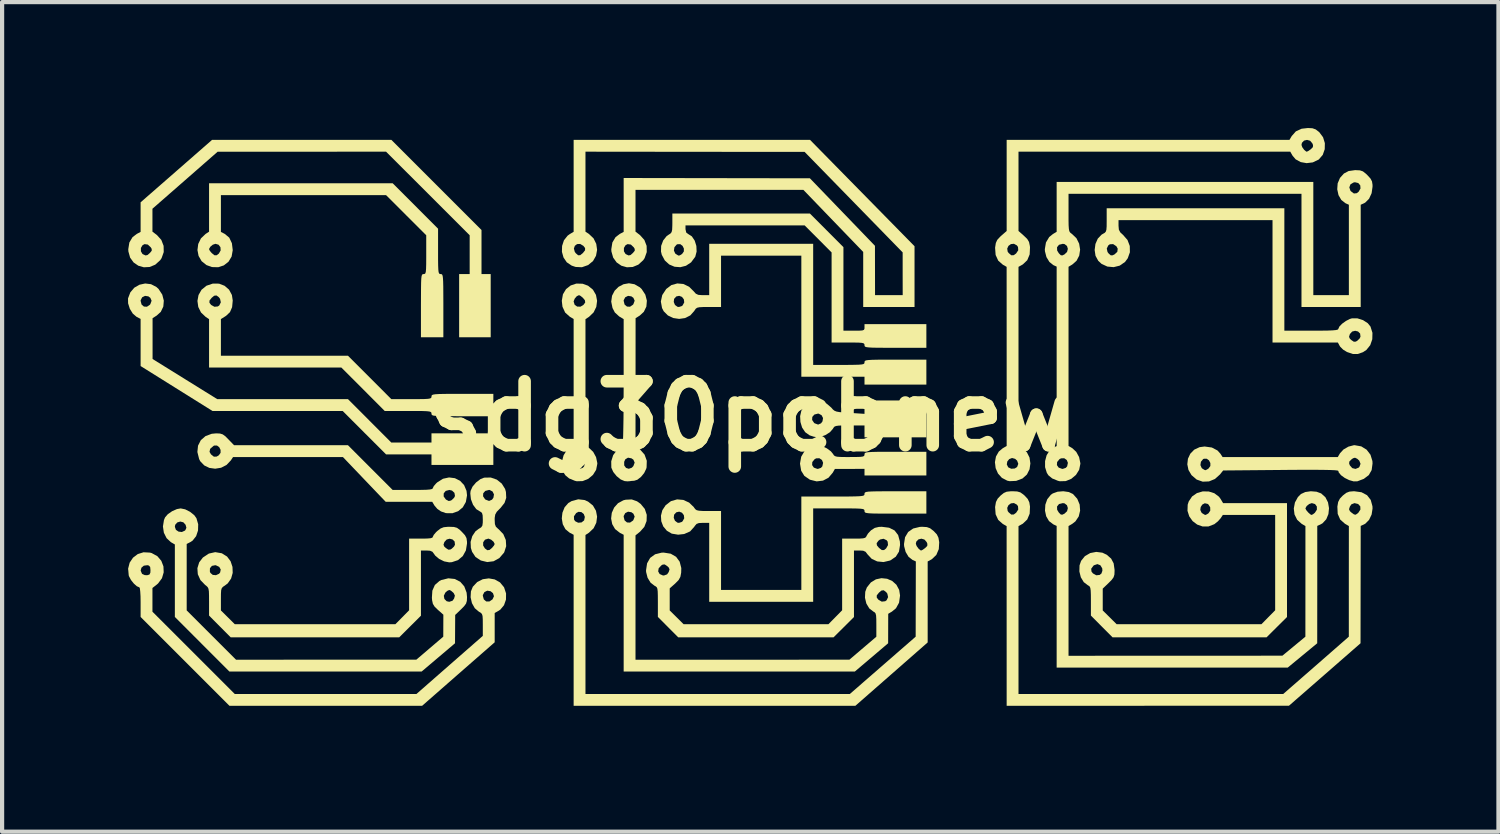
<source format=kicad_pcb>
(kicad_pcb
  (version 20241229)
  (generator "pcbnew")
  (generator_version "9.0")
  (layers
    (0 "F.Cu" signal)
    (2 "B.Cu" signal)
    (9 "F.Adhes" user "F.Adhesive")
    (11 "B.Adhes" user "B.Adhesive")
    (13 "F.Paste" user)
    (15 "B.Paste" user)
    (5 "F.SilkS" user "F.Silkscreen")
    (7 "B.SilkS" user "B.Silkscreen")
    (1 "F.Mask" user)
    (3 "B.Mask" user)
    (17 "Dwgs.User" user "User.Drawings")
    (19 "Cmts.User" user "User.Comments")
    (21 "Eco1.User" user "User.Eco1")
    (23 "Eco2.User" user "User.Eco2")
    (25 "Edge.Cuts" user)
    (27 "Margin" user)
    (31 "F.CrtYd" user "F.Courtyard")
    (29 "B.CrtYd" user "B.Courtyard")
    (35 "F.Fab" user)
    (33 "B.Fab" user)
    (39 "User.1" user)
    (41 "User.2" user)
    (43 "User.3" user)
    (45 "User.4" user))
  (footprint "sdg30pcbnew"
    (layer "F.Cu")
    (at 14.819 6.867)
    (property "Reference" "sdg30pcbnew" (at 0 0 0) (layer "F.SilkS") (effects (font (size 1.524 1.524) (thickness 0.3))))
    (attr through_hole)
    (fp_poly (pts (xy 4.202 0.502) (xy 2.728 0.502) (xy 2.728 0.22) (xy 2.373 0.22) (xy 2.219 0.22) (xy 2.116 0.223) (xy 2.052 0.232) (xy 2.013 0.247) (xy 1.99 0.274) (xy 1.974 0.301) (xy 1.905 0.38) (xy 1.798 0.448) (xy 1.68 0.492) (xy 1.608 0.501) (xy 1.517 0.487) (xy 1.42 0.455) (xy 1.315 0.38) (xy 1.241 0.269) (xy 1.201 0.136) (xy 1.199 0.088) (xy 1.48 0.088) (xy 1.527 0.158) (xy 1.54 0.168) (xy 1.623 0.199) (xy 1.692 0.169) (xy 1.727 0.122) (xy 1.74 0.043) (xy 1.705 -0.025) (xy 1.637 -0.061) (xy 1.62 -0.063) (xy 1.533 -0.04) (xy 1.484 0.016) (xy 1.48 0.088) (xy 1.199 0.088) (xy 1.194 -0.002) (xy 1.223 -0.131) (xy 1.289 -0.236) (xy 1.353 -0.285) (xy 1.523 -0.348) (xy 1.683 -0.353) (xy 1.826 -0.301) (xy 1.935 -0.207) (xy 1.975 -0.161) (xy 2.013 -0.131) (xy 2.063 -0.111) (xy 2.137 -0.098) (xy 2.251 -0.088) (xy 2.375 -0.08) (xy 2.728 -0.057) (xy 2.728 -0.376) (xy 4.202 -0.376)) (stroke (width 0) (type solid)) (fill yes) (layer "F.SilkS"))
    (fp_poly (pts (xy -14.271 -3.146) (xy -14.142 -3.079) (xy -14.091 -3.032) (xy -14.003 -2.898) (xy -13.966 -2.754) (xy -13.978 -2.613) (xy -14.038 -2.487) (xy -14.135 -2.399) (xy -14.234 -2.336) (xy -14.234 -1.85) (xy -14.234 -1.364) (xy -13.464 -0.886) (xy -12.694 -0.408) (xy -9.579 -0.408) (xy -9.062 0.11) (xy -8.546 0.627) (xy -7.589 0.627) (xy -7.589 0.408) (xy -6.115 0.408) (xy -6.115 1.16) (xy -7.589 1.16) (xy -7.589 0.909) (xy -8.671 0.909) (xy -9.188 0.392) (xy -9.705 -0.125) (xy -12.806 -0.125) (xy -14.519 -1.196) (xy -14.519 -2.319) (xy -14.616 -2.369) (xy -14.705 -2.445) (xy -14.776 -2.56) (xy -14.817 -2.69) (xy -14.818 -2.749) (xy -14.519 -2.749) (xy -14.496 -2.661) (xy -14.44 -2.613) (xy -14.368 -2.609) (xy -14.298 -2.656) (xy -14.288 -2.669) (xy -14.257 -2.752) (xy -14.287 -2.821) (xy -14.334 -2.856) (xy -14.413 -2.868) (xy -14.482 -2.834) (xy -14.517 -2.766) (xy -14.519 -2.749) (xy -14.818 -2.749) (xy -14.819 -2.807) (xy -14.764 -2.951) (xy -14.67 -3.062) (xy -14.547 -3.133) (xy -14.41 -3.163)) (stroke (width 0) (type solid)) (fill yes) (layer "F.SilkS"))
    (fp_poly (pts (xy -7.471 -5.511) (xy -6.397 -4.437) (xy -6.397 -3.387) (xy -6.178 -3.387) (xy -6.178 -1.881) (xy -6.93 -1.881) (xy -6.93 -3.387) (xy -6.679 -3.387) (xy -6.679 -4.312) (xy -7.675 -5.308) (xy -8.671 -6.303) (xy -12.684 -6.302) (xy -13.46 -5.623) (xy -14.237 -4.944) (xy -14.237 -4.398) (xy -14.129 -4.316) (xy -14.025 -4.2) (xy -13.971 -4.06) (xy -13.968 -3.911) (xy -14.019 -3.767) (xy -14.052 -3.718) (xy -14.17 -3.611) (xy -14.303 -3.556) (xy -14.442 -3.549) (xy -14.573 -3.586) (xy -14.686 -3.664) (xy -14.769 -3.779) (xy -14.81 -3.926) (xy -14.81 -3.93) (xy -14.512 -3.93) (xy -14.475 -3.867) (xy -14.464 -3.86) (xy -14.401 -3.831) (xy -14.354 -3.841) (xy -14.297 -3.891) (xy -14.254 -3.943) (xy -14.255 -3.987) (xy -14.277 -4.024) (xy -14.347 -4.09) (xy -14.424 -4.101) (xy -14.473 -4.075) (xy -14.512 -4.01) (xy -14.512 -3.93) (xy -14.81 -3.93) (xy -14.813 -3.978) (xy -14.787 -4.14) (xy -14.711 -4.267) (xy -14.608 -4.345) (xy -14.519 -4.392) (xy -14.519 -5.097) (xy -13.667 -5.841) (xy -12.816 -6.585) (xy -8.545 -6.585)) (stroke (width 0) (type solid)) (fill yes) (layer "F.SilkS"))
    (fp_poly (pts (xy 1.719 0.711) (xy 1.831 0.765) (xy 1.928 0.837) (xy 1.978 0.898) (xy 1.998 0.93) (xy 2.026 0.951) (xy 2.073 0.964) (xy 2.152 0.97) (xy 2.275 0.972) (xy 2.373 0.972) (xy 2.526 0.971) (xy 2.628 0.968) (xy 2.688 0.96) (xy 2.718 0.946) (xy 2.727 0.924) (xy 2.728 0.909) (xy 2.73 0.89) (xy 2.742 0.874) (xy 2.77 0.863) (xy 2.823 0.856) (xy 2.907 0.851) (xy 3.031 0.848) (xy 3.201 0.847) (xy 3.425 0.847) (xy 3.465 0.847) (xy 4.202 0.847) (xy 4.202 1.411) (xy 2.728 1.411) (xy 2.728 1.254) (xy 2.375 1.255) (xy 2.023 1.255) (xy 1.971 1.346) (xy 1.87 1.465) (xy 1.739 1.534) (xy 1.588 1.552) (xy 1.431 1.513) (xy 1.421 1.508) (xy 1.295 1.421) (xy 1.219 1.298) (xy 1.197 1.164) (xy 1.48 1.164) (xy 1.521 1.224) (xy 1.603 1.254) (xy 1.62 1.254) (xy 1.69 1.23) (xy 1.723 1.194) (xy 1.742 1.11) (xy 1.714 1.042) (xy 1.654 1.001) (xy 1.578 1.003) (xy 1.541 1.022) (xy 1.484 1.091) (xy 1.48 1.164) (xy 1.197 1.164) (xy 1.192 1.136) (xy 1.192 1.123) (xy 1.22 0.964) (xy 1.298 0.833) (xy 1.415 0.74) (xy 1.563 0.693) (xy 1.618 0.69)) (stroke (width 0) (type solid)) (fill yes) (layer "F.SilkS"))
    (fp_poly (pts (xy -3.989 -3.157) (xy -3.859 -3.11) (xy -3.742 -3.015) (xy -3.67 -2.891) (xy -3.643 -2.75) (xy -3.662 -2.606) (xy -3.726 -2.474) (xy -3.837 -2.367) (xy -3.84 -2.366) (xy -3.92 -2.313) (xy -3.92 0.708) (xy -3.829 0.761) (xy -3.736 0.849) (xy -3.668 0.974) (xy -3.638 1.115) (xy -3.638 1.134) (xy -3.666 1.276) (xy -3.742 1.398) (xy -3.853 1.491) (xy -3.986 1.545) (xy -4.127 1.549) (xy -4.172 1.538) (xy -4.309 1.482) (xy -4.398 1.408) (xy -4.437 1.349) (xy -4.478 1.214) (xy -4.478 1.164) (xy -4.196 1.164) (xy -4.154 1.224) (xy -4.073 1.254) (xy -4.056 1.254) (xy -3.985 1.23) (xy -3.952 1.194) (xy -3.934 1.11) (xy -3.962 1.042) (xy -4.021 1.001) (xy -4.098 1.003) (xy -4.134 1.022) (xy -4.191 1.091) (xy -4.196 1.164) (xy -4.478 1.164) (xy -4.478 1.069) (xy -4.441 0.93) (xy -4.371 0.816) (xy -4.28 0.747) (xy -4.202 0.711) (xy -4.202 -2.317) (xy -4.292 -2.37) (xy -4.404 -2.47) (xy -4.468 -2.609) (xy -4.482 -2.732) (xy -4.202 -2.732) (xy -4.177 -2.654) (xy -4.116 -2.612) (xy -4.038 -2.611) (xy -3.969 -2.652) (xy -3.926 -2.71) (xy -3.934 -2.764) (xy -3.982 -2.822) (xy -4.038 -2.868) (xy -4.074 -2.885) (xy -4.127 -2.86) (xy -4.177 -2.801) (xy -4.202 -2.737) (xy -4.202 -2.732) (xy -4.482 -2.732) (xy -4.484 -2.752) (xy -4.457 -2.906) (xy -4.383 -3.029) (xy -4.272 -3.116) (xy -4.137 -3.161)) (stroke (width 0) (type solid)) (fill yes) (layer "F.SilkS"))
    (fp_poly (pts (xy 1.505 -1.223) (xy 2.117 -1.223) (xy 2.327 -1.223) (xy 2.482 -1.225) (xy 2.591 -1.228) (xy 2.662 -1.234) (xy 2.703 -1.243) (xy 2.722 -1.257) (xy 2.728 -1.277) (xy 2.728 -1.286) (xy 2.73 -1.306) (xy 2.742 -1.321) (xy 2.77 -1.332) (xy 2.823 -1.339) (xy 2.907 -1.344) (xy 3.031 -1.347) (xy 3.201 -1.348) (xy 3.425 -1.348) (xy 3.465 -1.348) (xy 4.202 -1.348) (xy 4.202 -0.753) (xy 2.728 -0.753) (xy 2.728 -0.941) (xy 1.223 -0.941) (xy 1.223 -3.826) (xy -0.69 -3.826) (xy -0.69 -2.603) (xy -0.981 -2.603) (xy -1.118 -2.602) (xy -1.206 -2.597) (xy -1.259 -2.585) (xy -1.293 -2.561) (xy -1.32 -2.522) (xy -1.328 -2.508) (xy -1.423 -2.402) (xy -1.548 -2.339) (xy -1.688 -2.319) (xy -1.829 -2.34) (xy -1.956 -2.401) (xy -2.056 -2.501) (xy -2.096 -2.578) (xy -2.122 -2.723) (xy -1.817 -2.723) (xy -1.788 -2.652) (xy -1.729 -2.608) (xy -1.693 -2.603) (xy -1.627 -2.624) (xy -1.606 -2.64) (xy -1.567 -2.712) (xy -1.576 -2.785) (xy -1.62 -2.843) (xy -1.687 -2.869) (xy -1.756 -2.854) (xy -1.808 -2.797) (xy -1.817 -2.723) (xy -2.122 -2.723) (xy -2.124 -2.735) (xy -2.091 -2.887) (xy -1.998 -3.029) (xy -1.996 -3.032) (xy -1.873 -3.125) (xy -1.732 -3.164) (xy -1.587 -3.151) (xy -1.451 -3.085) (xy -1.343 -2.978) (xy -1.291 -2.92) (xy -1.232 -2.892) (xy -1.14 -2.885) (xy -1.123 -2.885) (xy -0.972 -2.885) (xy -0.972 -4.108) (xy 1.505 -4.108)) (stroke (width 0) (type solid)) (fill yes) (layer "F.SilkS"))
    (fp_poly (pts (xy 1.827 -4.429) (xy 2.226 -4.029) (xy 2.226 -2.038) (xy 2.477 -2.038) (xy 2.602 -2.039) (xy 2.676 -2.044) (xy 2.714 -2.058) (xy 2.727 -2.084) (xy 2.728 -2.117) (xy 2.728 -2.195) (xy 4.202 -2.195) (xy 4.202 -1.631) (xy 3.465 -1.631) (xy 3.232 -1.631) (xy 3.054 -1.632) (xy 2.923 -1.634) (xy 2.834 -1.639) (xy 2.777 -1.646) (xy 2.745 -1.656) (xy 2.731 -1.671) (xy 2.728 -1.69) (xy 2.728 -1.693) (xy 2.725 -1.719) (xy 2.707 -1.737) (xy 2.665 -1.748) (xy 2.59 -1.754) (xy 2.469 -1.756) (xy 2.336 -1.756) (xy 1.944 -1.756) (xy 1.944 -3.903) (xy 1.623 -4.225) (xy 1.302 -4.547) (xy -1.537 -4.547) (xy -1.537 -4.455) (xy -1.519 -4.376) (xy -1.475 -4.343) (xy -1.385 -4.285) (xy -1.317 -4.183) (xy -1.278 -4.057) (xy -1.272 -3.924) (xy -1.304 -3.801) (xy -1.308 -3.795) (xy -1.404 -3.666) (xy -1.526 -3.585) (xy -1.661 -3.551) (xy -1.798 -3.562) (xy -1.925 -3.616) (xy -2.03 -3.712) (xy -2.102 -3.846) (xy -2.121 -3.926) (xy -2.12 -3.947) (xy -1.813 -3.947) (xy -1.782 -3.878) (xy -1.769 -3.867) (xy -1.716 -3.834) (xy -1.693 -3.826) (xy -1.655 -3.842) (xy -1.618 -3.867) (xy -1.576 -3.926) (xy -1.576 -3.997) (xy -1.608 -4.06) (xy -1.662 -4.1) (xy -1.729 -4.098) (xy -1.748 -4.089) (xy -1.801 -4.027) (xy -1.813 -3.947) (xy -2.12 -3.947) (xy -2.117 -4.059) (xy -2.068 -4.189) (xy -1.986 -4.292) (xy -1.946 -4.32) (xy -1.896 -4.352) (xy -1.868 -4.387) (xy -1.855 -4.443) (xy -1.851 -4.536) (xy -1.85 -4.602) (xy -1.85 -4.829) (xy 1.428 -4.829)) (stroke (width 0) (type solid)) (fill yes) (layer "F.SilkS"))
    (fp_poly (pts (xy -12.65 -3.159) (xy -12.518 -3.108) (xy -12.412 -3.016) (xy -12.344 -2.889) (xy -12.324 -2.757) (xy -12.339 -2.598) (xy -12.39 -2.48) (xy -12.483 -2.392) (xy -12.502 -2.38) (xy -12.606 -2.315) (xy -12.606 -1.442) (xy -9.579 -1.442) (xy -9.062 -0.925) (xy -8.546 -0.408) (xy -8.067 -0.408) (xy -7.885 -0.408) (xy -7.756 -0.41) (xy -7.671 -0.415) (xy -7.621 -0.424) (xy -7.597 -0.438) (xy -7.589 -0.458) (xy -7.589 -0.47) (xy -7.586 -0.49) (xy -7.575 -0.505) (xy -7.547 -0.516) (xy -7.494 -0.524) (xy -7.41 -0.529) (xy -7.286 -0.532) (xy -7.116 -0.533) (xy -6.892 -0.533) (xy -6.852 -0.533) (xy -6.115 -0.533) (xy -6.115 0) (xy -6.852 0) (xy -7.085 -0.000186) (xy -7.263 -0.001) (xy -7.393 -0.004) (xy -7.483 -0.008) (xy -7.54 -0.015) (xy -7.572 -0.026) (xy -7.585 -0.04) (xy -7.589 -0.059) (xy -7.589 -0.063) (xy -7.591 -0.085) (xy -7.605 -0.101) (xy -7.639 -0.113) (xy -7.7 -0.12) (xy -7.799 -0.124) (xy -7.943 -0.125) (xy -8.141 -0.125) (xy -8.703 -0.125) (xy -9.219 -0.643) (xy -9.736 -1.16) (xy -12.888 -1.16) (xy -12.888 -2.313) (xy -12.968 -2.366) (xy -13.08 -2.472) (xy -13.145 -2.603) (xy -13.159 -2.704) (xy -12.879 -2.704) (xy -12.839 -2.652) (xy -12.76 -2.608) (xy -12.679 -2.616) (xy -12.644 -2.64) (xy -12.608 -2.714) (xy -12.626 -2.797) (xy -12.655 -2.836) (xy -12.713 -2.878) (xy -12.767 -2.871) (xy -12.825 -2.822) (xy -12.878 -2.756) (xy -12.879 -2.704) (xy -13.159 -2.704) (xy -13.165 -2.747) (xy -13.139 -2.888) (xy -13.068 -3.013) (xy -12.952 -3.108) (xy -12.949 -3.11) (xy -12.797 -3.161)) (stroke (width 0) (type solid)) (fill yes) (layer "F.SilkS"))
    (fp_poly (pts (xy -7.972 -5.009) (xy -7.432 -4.468) (xy -7.432 -3.927) (xy -7.432 -3.731) (xy -7.43 -3.59) (xy -7.426 -3.493) (xy -7.419 -3.433) (xy -7.407 -3.402) (xy -7.39 -3.389) (xy -7.369 -3.387) (xy -7.349 -3.385) (xy -7.334 -3.373) (xy -7.323 -3.345) (xy -7.316 -3.293) (xy -7.311 -3.21) (xy -7.308 -3.088) (xy -7.307 -2.919) (xy -7.306 -2.698) (xy -7.306 -2.634) (xy -7.306 -1.881) (xy -7.84 -1.881) (xy -7.84 -2.634) (xy -7.839 -2.87) (xy -7.838 -3.051) (xy -7.836 -3.184) (xy -7.832 -3.276) (xy -7.825 -3.335) (xy -7.815 -3.368) (xy -7.801 -3.383) (xy -7.782 -3.387) (xy -7.777 -3.387) (xy -7.753 -3.39) (xy -7.735 -3.405) (xy -7.724 -3.443) (xy -7.718 -3.512) (xy -7.715 -3.621) (xy -7.714 -3.781) (xy -7.714 -3.85) (xy -7.714 -4.312) (xy -8.193 -4.79) (xy -8.671 -5.268) (xy -12.606 -5.268) (xy -12.606 -4.392) (xy -12.512 -4.343) (xy -12.407 -4.255) (xy -12.344 -4.122) (xy -12.324 -3.957) (xy -12.351 -3.804) (xy -12.425 -3.681) (xy -12.536 -3.594) (xy -12.671 -3.55) (xy -12.819 -3.554) (xy -12.949 -3.601) (xy -13.066 -3.695) (xy -13.138 -3.82) (xy -13.165 -3.961) (xy -13.162 -3.98) (xy -12.888 -3.98) (xy -12.868 -3.939) (xy -12.825 -3.888) (xy -12.76 -3.836) (xy -12.707 -3.835) (xy -12.655 -3.875) (xy -12.612 -3.951) (xy -12.617 -4.028) (xy -12.663 -4.087) (xy -12.735 -4.108) (xy -12.799 -4.087) (xy -12.858 -4.038) (xy -12.888 -3.985) (xy -12.888 -3.98) (xy -13.162 -3.98) (xy -13.146 -4.105) (xy -13.082 -4.237) (xy -12.971 -4.343) (xy -12.968 -4.345) (xy -12.888 -4.397) (xy -12.888 -5.55) (xy -8.513 -5.55)) (stroke (width 0) (type solid)) (fill yes) (layer "F.SilkS"))
    (fp_poly (pts (xy -6.033 1.51) (xy -5.915 1.604) (xy -5.835 1.732) (xy -5.815 1.804) (xy -5.808 1.944) (xy -5.849 2.066) (xy -5.945 2.186) (xy -5.96 2.201) (xy -6.034 2.277) (xy -6.07 2.342) (xy -6.083 2.423) (xy -6.083 2.47) (xy -6.078 2.569) (xy -6.055 2.631) (xy -6.002 2.682) (xy -5.987 2.694) (xy -5.878 2.808) (xy -5.818 2.948) (xy -5.809 3.096) (xy -5.855 3.239) (xy -5.864 3.254) (xy -5.973 3.38) (xy -6.109 3.455) (xy -6.26 3.474) (xy -6.413 3.437) (xy -6.54 3.353) (xy -6.621 3.231) (xy -6.651 3.136) (xy -6.653 3.08) (xy -6.358 3.08) (xy -6.316 3.149) (xy -6.258 3.192) (xy -6.205 3.185) (xy -6.146 3.136) (xy -6.1 3.08) (xy -6.083 3.044) (xy -6.109 2.991) (xy -6.167 2.941) (xy -6.231 2.916) (xy -6.236 2.916) (xy -6.314 2.941) (xy -6.357 3.002) (xy -6.358 3.08) (xy -6.653 3.08) (xy -6.657 2.994) (xy -6.617 2.856) (xy -6.54 2.741) (xy -6.463 2.683) (xy -6.406 2.648) (xy -6.377 2.607) (xy -6.367 2.538) (xy -6.366 2.463) (xy -6.37 2.36) (xy -6.386 2.303) (xy -6.418 2.277) (xy -6.423 2.275) (xy -6.521 2.214) (xy -6.599 2.109) (xy -6.649 1.978) (xy -6.657 1.907) (xy -6.36 1.907) (xy -6.313 1.977) (xy -6.299 1.987) (xy -6.217 2.018) (xy -6.147 1.988) (xy -6.113 1.941) (xy -6.1 1.862) (xy -6.134 1.793) (xy -6.202 1.757) (xy -6.219 1.756) (xy -6.307 1.779) (xy -6.356 1.835) (xy -6.36 1.907) (xy -6.657 1.907) (xy -6.664 1.838) (xy -6.657 1.778) (xy -6.611 1.677) (xy -6.526 1.577) (xy -6.422 1.498) (xy -6.334 1.463) (xy -6.177 1.46)) (stroke (width 0) (type solid)) (fill yes) (layer "F.SilkS"))
    (fp_poly (pts (xy -2.691 2.027) (xy -2.606 2.088) (xy -2.507 2.208) (xy -2.46 2.349) (xy -2.464 2.497) (xy -2.518 2.636) (xy -2.62 2.751) (xy -2.728 2.838) (xy -2.728 5.801) (xy -0.18 5.801) (xy 2.368 5.8) (xy 3.01 5.253) (xy 3.01 4.97) (xy 3.009 4.835) (xy 3.004 4.748) (xy 2.991 4.698) (xy 2.968 4.67) (xy 2.942 4.656) (xy 2.842 4.579) (xy 2.772 4.462) (xy 2.739 4.324) (xy 2.739 4.321) (xy 3.02 4.321) (xy 3.06 4.372) (xy 3.139 4.417) (xy 3.22 4.408) (xy 3.255 4.384) (xy 3.29 4.31) (xy 3.272 4.227) (xy 3.243 4.189) (xy 3.185 4.146) (xy 3.132 4.153) (xy 3.073 4.202) (xy 3.02 4.268) (xy 3.02 4.321) (xy 2.739 4.321) (xy 2.746 4.182) (xy 2.784 4.079) (xy 2.88 3.959) (xy 3 3.886) (xy 3.132 3.858) (xy 3.266 3.872) (xy 3.388 3.925) (xy 3.488 4.015) (xy 3.554 4.138) (xy 3.575 4.272) (xy 3.551 4.443) (xy 3.478 4.575) (xy 3.382 4.654) (xy 3.293 4.707) (xy 3.292 5.058) (xy 3.291 5.409) (xy 2.894 5.746) (xy 2.497 6.083) (xy -3.01 6.083) (xy -3.01 2.824) (xy -3.1 2.778) (xy -3.215 2.688) (xy -3.283 2.57) (xy -3.309 2.438) (xy -3.304 2.394) (xy -3.01 2.394) (xy -2.988 2.481) (xy -2.931 2.53) (xy -2.859 2.534) (xy -2.79 2.487) (xy -2.779 2.474) (xy -2.748 2.391) (xy -2.778 2.322) (xy -2.826 2.287) (xy -2.905 2.274) (xy -2.973 2.308) (xy -3.009 2.376) (xy -3.01 2.394) (xy -3.304 2.394) (xy -3.293 2.302) (xy -3.237 2.176) (xy -3.145 2.072) (xy -3.018 2.003) (xy -2.963 1.989) (xy -2.818 1.982)) (stroke (width 0) (type solid)) (fill yes) (layer "F.SilkS"))
    (fp_poly (pts (xy 14.563 0.718) (xy 14.691 0.797) (xy 14.783 0.917) (xy 14.829 1.068) (xy 14.832 1.125) (xy 14.811 1.282) (xy 14.743 1.402) (xy 14.624 1.492) (xy 14.471 1.55) (xy 14.382 1.552) (xy 14.276 1.522) (xy 14.17 1.47) (xy 14.081 1.405) (xy 14.026 1.338) (xy 14.017 1.302) (xy 13.996 1.293) (xy 13.932 1.286) (xy 13.821 1.281) (xy 13.66 1.278) (xy 13.448 1.276) (xy 13.18 1.276) (xy 12.854 1.278) (xy 12.645 1.28) (xy 11.273 1.292) (xy 11.197 1.387) (xy 11.077 1.495) (xy 10.935 1.553) (xy 10.786 1.559) (xy 10.645 1.51) (xy 10.64 1.507) (xy 10.519 1.403) (xy 10.446 1.279) (xy 10.423 1.164) (xy 10.731 1.164) (xy 10.761 1.233) (xy 10.774 1.245) (xy 10.827 1.278) (xy 10.85 1.286) (xy 10.888 1.269) (xy 10.925 1.245) (xy 10.968 1.185) (xy 10.968 1.129) (xy 14.275 1.129) (xy 14.292 1.172) (xy 14.349 1.236) (xy 14.426 1.255) (xy 14.501 1.225) (xy 14.518 1.209) (xy 14.546 1.134) (xy 14.516 1.058) (xy 14.468 1.014) (xy 14.414 0.988) (xy 14.366 1.002) (xy 14.328 1.03) (xy 14.279 1.08) (xy 14.275 1.129) (xy 10.968 1.129) (xy 10.968 1.115) (xy 10.935 1.051) (xy 10.881 1.012) (xy 10.814 1.013) (xy 10.795 1.022) (xy 10.743 1.085) (xy 10.731 1.164) (xy 10.423 1.164) (xy 10.419 1.145) (xy 10.434 1.012) (xy 10.49 0.893) (xy 10.583 0.797) (xy 10.711 0.737) (xy 10.831 0.721) (xy 11.003 0.745) (xy 11.137 0.815) (xy 11.207 0.892) (xy 11.259 0.972) (xy 14.004 0.972) (xy 14.057 0.882) (xy 14.14 0.792) (xy 14.258 0.724) (xy 14.384 0.691) (xy 14.407 0.69)) (stroke (width 0) (type solid)) (fill yes) (layer "F.SilkS"))
    (fp_poly (pts (xy 13.497 1.798) (xy 13.608 1.839) (xy 13.709 1.93) (xy 13.771 2.052) (xy 13.795 2.191) (xy 13.781 2.33) (xy 13.73 2.454) (xy 13.641 2.55) (xy 13.594 2.577) (xy 13.515 2.613) (xy 13.515 4.011) (xy 13.514 5.409) (xy 12.811 5.989) (xy 7.306 5.989) (xy 7.306 2.613) (xy 7.228 2.577) (xy 7.124 2.498) (xy 7.057 2.384) (xy 7.028 2.249) (xy 7.034 2.151) (xy 7.315 2.151) (xy 7.318 2.229) (xy 7.358 2.295) (xy 7.404 2.341) (xy 7.44 2.346) (xy 7.493 2.321) (xy 7.554 2.263) (xy 7.573 2.189) (xy 7.552 2.121) (xy 7.495 2.076) (xy 7.453 2.07) (xy 7.362 2.092) (xy 7.315 2.151) (xy 7.034 2.151) (xy 7.036 2.109) (xy 7.082 1.978) (xy 7.167 1.872) (xy 7.214 1.839) (xy 7.328 1.798) (xy 7.465 1.787) (xy 7.596 1.806) (xy 7.695 1.853) (xy 7.797 1.967) (xy 7.854 2.104) (xy 7.865 2.249) (xy 7.832 2.387) (xy 7.754 2.504) (xy 7.679 2.563) (xy 7.589 2.616) (xy 7.589 5.707) (xy 10.136 5.706) (xy 12.684 5.705) (xy 12.958 5.479) (xy 13.232 5.252) (xy 13.233 3.934) (xy 13.233 2.616) (xy 13.143 2.563) (xy 13.036 2.467) (xy 12.973 2.34) (xy 12.956 2.198) (xy 12.956 2.197) (xy 13.233 2.197) (xy 13.254 2.239) (xy 13.301 2.294) (xy 13.352 2.339) (xy 13.38 2.352) (xy 13.417 2.333) (xy 13.458 2.3) (xy 13.506 2.226) (xy 13.505 2.15) (xy 13.462 2.092) (xy 13.386 2.07) (xy 13.323 2.091) (xy 13.263 2.139) (xy 13.233 2.193) (xy 13.233 2.197) (xy 12.956 2.197) (xy 12.983 2.055) (xy 13.055 1.924) (xy 13.127 1.853) (xy 13.229 1.806) (xy 13.361 1.787)) (stroke (width 0) (type solid)) (fill yes) (layer "F.SilkS"))
    (fp_poly (pts (xy -3.945 1.996) (xy -3.859 2.033) (xy -3.742 2.127) (xy -3.67 2.252) (xy -3.643 2.393) (xy -3.662 2.537) (xy -3.726 2.669) (xy -3.837 2.775) (xy -3.84 2.777) (xy -3.92 2.829) (xy -3.92 6.617) (xy 2.379 6.617) (xy 3.947 5.252) (xy 3.949 4.356) (xy 3.951 3.459) (xy 3.873 3.424) (xy 3.778 3.35) (xy 3.708 3.233) (xy 3.672 3.095) (xy 3.669 3.047) (xy 3.67 3.038) (xy 3.951 3.038) (xy 3.97 3.092) (xy 4.014 3.153) (xy 4.062 3.194) (xy 4.078 3.199) (xy 4.116 3.181) (xy 4.174 3.139) (xy 4.223 3.09) (xy 4.226 3.04) (xy 4.209 2.998) (xy 4.156 2.938) (xy 4.083 2.917) (xy 4.012 2.935) (xy 3.962 2.987) (xy 3.951 3.038) (xy 3.67 3.038) (xy 3.694 2.883) (xy 3.768 2.758) (xy 3.887 2.675) (xy 4.048 2.636) (xy 4.105 2.634) (xy 4.213 2.641) (xy 4.291 2.669) (xy 4.37 2.73) (xy 4.379 2.738) (xy 4.452 2.816) (xy 4.49 2.895) (xy 4.508 3.002) (xy 4.498 3.166) (xy 4.439 3.304) (xy 4.335 3.404) (xy 4.313 3.417) (xy 4.233 3.46) (xy 4.233 5.389) (xy 3.372 6.144) (xy 2.51 6.899) (xy -4.202 6.899) (xy -4.202 2.824) (xy -4.296 2.775) (xy -4.398 2.691) (xy -4.461 2.573) (xy -4.484 2.437) (xy -4.479 2.385) (xy -4.195 2.385) (xy -4.191 2.464) (xy -4.164 2.502) (xy -4.094 2.537) (xy -4.014 2.53) (xy -3.955 2.484) (xy -3.952 2.48) (xy -3.935 2.399) (xy -3.961 2.329) (xy -4.017 2.284) (xy -4.086 2.277) (xy -4.142 2.307) (xy -4.195 2.385) (xy -4.479 2.385) (xy -4.469 2.298) (xy -4.417 2.169) (xy -4.328 2.067) (xy -4.249 2.021) (xy -4.092 1.979)) (stroke (width 0) (type solid)) (fill yes) (layer "F.SilkS"))
    (fp_poly (pts (xy -2.752 -3.145) (xy -2.625 -3.072) (xy -2.581 -3.03) (xy -2.494 -2.897) (xy -2.457 -2.754) (xy -2.469 -2.613) (xy -2.53 -2.487) (xy -2.626 -2.399) (xy -2.726 -2.336) (xy -2.727 -0.815) (xy -2.728 0.706) (xy -2.62 0.792) (xy -2.512 0.914) (xy -2.459 1.061) (xy -2.464 1.219) (xy -2.473 1.252) (xy -2.522 1.354) (xy -2.598 1.446) (xy -2.684 1.513) (xy -2.759 1.537) (xy -2.832 1.542) (xy -2.859 1.547) (xy -2.92 1.551) (xy -2.988 1.545) (xy -3.081 1.506) (xy -3.178 1.427) (xy -3.258 1.328) (xy -3.303 1.227) (xy -3.304 1.222) (xy -3.306 1.086) (xy -2.998 1.086) (xy -2.997 1.173) (xy -2.954 1.231) (xy -2.888 1.252) (xy -2.817 1.227) (xy -2.779 1.188) (xy -2.748 1.105) (xy -2.778 1.035) (xy -2.824 1.003) (xy -2.906 0.987) (xy -2.971 1.026) (xy -2.998 1.086) (xy -3.306 1.086) (xy -3.306 1.072) (xy -3.26 0.927) (xy -3.174 0.811) (xy -3.164 0.802) (xy -3.096 0.751) (xy -3.047 0.723) (xy -3.039 0.721) (xy -3.033 0.691) (xy -3.027 0.601) (xy -3.022 0.458) (xy -3.018 0.265) (xy -3.014 0.025) (xy -3.012 -0.255) (xy -3.011 -0.573) (xy -3.01 -0.797) (xy -3.01 -2.314) (xy -3.116 -2.377) (xy -3.22 -2.472) (xy -3.276 -2.579) (xy -3.307 -2.732) (xy -3.304 -2.749) (xy -3.01 -2.749) (xy -2.988 -2.661) (xy -2.931 -2.613) (xy -2.859 -2.609) (xy -2.79 -2.656) (xy -2.779 -2.669) (xy -2.748 -2.752) (xy -2.778 -2.821) (xy -2.826 -2.856) (xy -2.905 -2.868) (xy -2.973 -2.834) (xy -3.009 -2.766) (xy -3.01 -2.749) (xy -3.304 -2.749) (xy -3.287 -2.871) (xy -3.225 -2.991) (xy -3.131 -3.084) (xy -3.014 -3.145) (xy -2.885 -3.168)) (stroke (width 0) (type solid)) (fill yes) (layer "F.SilkS"))
    (fp_poly (pts (xy -12.628 0.412) (xy -12.563 0.432) (xy -12.499 0.478) (xy -12.429 0.549) (xy -12.293 0.69) (xy -9.579 0.69) (xy -9.047 1.223) (xy -8.514 1.756) (xy -8.036 1.756) (xy -7.848 1.755) (xy -7.714 1.752) (xy -7.627 1.745) (xy -7.578 1.734) (xy -7.558 1.719) (xy -7.557 1.712) (xy -7.535 1.666) (xy -7.48 1.602) (xy -7.451 1.575) (xy -7.314 1.489) (xy -7.17 1.458) (xy -7.031 1.476) (xy -6.908 1.538) (xy -6.812 1.64) (xy -6.754 1.777) (xy -6.742 1.885) (xy -6.77 2.043) (xy -6.844 2.172) (xy -6.955 2.263) (xy -7.092 2.311) (xy -7.243 2.309) (xy -7.362 2.268) (xy -7.449 2.208) (xy -7.516 2.13) (xy -7.518 2.128) (xy -7.571 2.038) (xy -8.68 2.038) (xy -8.803 1.91) (xy -7.299 1.91) (xy -7.249 1.98) (xy -7.237 1.989) (xy -7.177 2.02) (xy -7.125 2.008) (xy -7.104 1.995) (xy -7.049 1.941) (xy -7.029 1.9) (xy -7.042 1.825) (xy -7.1 1.771) (xy -7.163 1.756) (xy -7.25 1.779) (xy -7.297 1.837) (xy -7.299 1.91) (xy -8.803 1.91) (xy -9.19 1.505) (xy -9.699 0.972) (xy -12.316 0.972) (xy -12.369 1.052) (xy -12.472 1.161) (xy -12.601 1.227) (xy -12.742 1.25) (xy -12.881 1.231) (xy -13.004 1.171) (xy -13.099 1.071) (xy -13.125 1.019) (xy -13.166 0.853) (xy -13.166 0.848) (xy -12.877 0.848) (xy -12.843 0.908) (xy -12.774 0.963) (xy -12.709 0.962) (xy -12.656 0.931) (xy -12.614 0.872) (xy -12.614 0.802) (xy -12.646 0.738) (xy -12.699 0.698) (xy -12.765 0.698) (xy -12.784 0.708) (xy -12.862 0.777) (xy -12.877 0.848) (xy -13.166 0.848) (xy -13.151 0.701) (xy -13.085 0.571) (xy -12.974 0.474) (xy -12.825 0.418) (xy -12.718 0.408)) (stroke (width 0) (type solid)) (fill yes) (layer "F.SilkS"))
    (fp_poly (pts (xy -13.457 2.218) (xy -13.341 2.277) (xy -13.241 2.357) (xy -13.189 2.429) (xy -13.147 2.574) (xy -13.151 2.722) (xy -13.196 2.857) (xy -13.279 2.962) (xy -13.331 2.997) (xy -13.421 3.043) (xy -13.421 4.626) (xy -12.833 5.214) (xy -12.245 5.801) (xy -10.097 5.8) (xy -7.949 5.799) (xy -7.629 5.526) (xy -7.308 5.252) (xy -7.307 4.99) (xy -7.306 4.728) (xy -7.437 4.612) (xy -7.514 4.537) (xy -7.555 4.471) (xy -7.574 4.385) (xy -7.579 4.326) (xy -7.576 4.278) (xy -7.295 4.278) (xy -7.281 4.354) (xy -7.226 4.408) (xy -7.165 4.421) (xy -7.088 4.396) (xy -7.05 4.343) (xy -7.031 4.274) (xy -7.058 4.217) (xy -7.071 4.202) (xy -7.126 4.155) (xy -7.165 4.139) (xy -7.213 4.161) (xy -7.259 4.202) (xy -7.295 4.278) (xy -7.576 4.278) (xy -7.568 4.155) (xy -7.508 4.02) (xy -7.399 3.925) (xy -7.354 3.902) (xy -7.187 3.861) (xy -7.035 3.877) (xy -6.905 3.943) (xy -6.808 4.053) (xy -6.752 4.202) (xy -6.742 4.309) (xy -6.746 4.399) (xy -6.766 4.465) (xy -6.813 4.528) (xy -6.883 4.599) (xy -7.024 4.734) (xy -7.026 5.072) (xy -7.028 5.409) (xy -7.426 5.746) (xy -7.824 6.083) (xy -12.403 6.083) (xy -13.053 5.433) (xy -13.703 4.782) (xy -13.703 3.055) (xy -13.798 3) (xy -13.9 2.905) (xy -13.965 2.775) (xy -13.986 2.634) (xy -13.703 2.634) (xy -13.678 2.706) (xy -13.615 2.749) (xy -13.536 2.758) (xy -13.464 2.725) (xy -13.452 2.712) (xy -13.428 2.657) (xy -13.447 2.586) (xy -13.501 2.527) (xy -13.574 2.509) (xy -13.645 2.53) (xy -13.694 2.585) (xy -13.703 2.634) (xy -13.986 2.634) (xy -13.987 2.626) (xy -13.963 2.475) (xy -13.937 2.411) (xy -13.871 2.334) (xy -13.769 2.263) (xy -13.654 2.212) (xy -13.564 2.196)) (stroke (width 0) (type solid)) (fill yes) (layer "F.SilkS"))
    (fp_poly (pts (xy 14.569 1.811) (xy 14.701 1.881) (xy 14.789 1.994) (xy 14.83 2.145) (xy 14.832 2.2) (xy 14.81 2.342) (xy 14.75 2.468) (xy 14.662 2.558) (xy 14.629 2.577) (xy 14.55 2.613) (xy 14.546 5.409) (xy 13.694 6.153) (xy 12.841 6.897) (xy 6.115 6.899) (xy 6.114 2.618) (xy 6.023 2.566) (xy 5.914 2.47) (xy 5.852 2.336) (xy 5.841 2.183) (xy 6.128 2.183) (xy 6.139 2.257) (xy 6.162 2.289) (xy 6.226 2.343) (xy 6.284 2.341) (xy 6.34 2.3) (xy 6.391 2.223) (xy 6.385 2.144) (xy 6.359 2.107) (xy 6.288 2.068) (xy 6.216 2.076) (xy 6.158 2.119) (xy 6.128 2.183) (xy 5.841 2.183) (xy 5.839 2.168) (xy 5.841 2.153) (xy 5.86 2.043) (xy 5.901 1.963) (xy 5.969 1.891) (xy 6.045 1.829) (xy 6.116 1.798) (xy 6.21 1.788) (xy 6.256 1.787) (xy 6.365 1.792) (xy 6.441 1.814) (xy 6.512 1.864) (xy 6.543 1.891) (xy 6.617 1.971) (xy 6.655 2.052) (xy 6.671 2.153) (xy 6.663 2.322) (xy 6.605 2.46) (xy 6.5 2.56) (xy 6.489 2.566) (xy 6.397 2.618) (xy 6.397 4.617) (xy 6.397 6.617) (xy 12.704 6.617) (xy 13.486 5.935) (xy 14.267 5.252) (xy 14.267 3.934) (xy 14.268 2.616) (xy 14.174 2.561) (xy 14.062 2.462) (xy 14.002 2.326) (xy 13.997 2.216) (xy 14.272 2.216) (xy 14.293 2.262) (xy 14.327 2.293) (xy 14.39 2.339) (xy 14.431 2.346) (xy 14.477 2.314) (xy 14.493 2.3) (xy 14.543 2.223) (xy 14.54 2.147) (xy 14.489 2.091) (xy 14.402 2.07) (xy 14.328 2.099) (xy 14.292 2.152) (xy 14.272 2.216) (xy 13.997 2.216) (xy 13.994 2.156) (xy 13.994 2.153) (xy 14.013 2.043) (xy 14.054 1.963) (xy 14.122 1.891) (xy 14.204 1.826) (xy 14.28 1.796) (xy 14.383 1.787) (xy 14.396 1.787)) (stroke (width 0) (type solid)) (fill yes) (layer "F.SilkS"))
    (fp_poly (pts (xy 4.202 2.32) (xy 3.465 2.32) (xy 3.232 2.32) (xy 3.054 2.319) (xy 2.923 2.317) (xy 2.834 2.312) (xy 2.777 2.305) (xy 2.745 2.295) (xy 2.731 2.28) (xy 2.728 2.261) (xy 2.728 2.258) (xy 2.726 2.236) (xy 2.713 2.22) (xy 2.681 2.209) (xy 2.622 2.202) (xy 2.529 2.198) (xy 2.392 2.196) (xy 2.204 2.195) (xy 2.117 2.195) (xy 1.505 2.195) (xy 1.505 4.421) (xy -0.972 4.421) (xy -0.972 2.54) (xy -1.122 2.54) (xy -1.218 2.545) (xy -1.274 2.566) (xy -1.316 2.615) (xy -1.328 2.634) (xy -1.427 2.744) (xy -1.568 2.806) (xy -1.712 2.822) (xy -1.864 2.797) (xy -1.982 2.727) (xy -2.067 2.625) (xy -2.114 2.502) (xy -2.119 2.42) (xy -1.817 2.42) (xy -1.788 2.49) (xy -1.729 2.535) (xy -1.693 2.54) (xy -1.627 2.519) (xy -1.606 2.502) (xy -1.567 2.431) (xy -1.576 2.357) (xy -1.62 2.299) (xy -1.687 2.273) (xy -1.756 2.289) (xy -1.808 2.345) (xy -1.817 2.42) (xy -2.119 2.42) (xy -2.122 2.369) (xy -2.088 2.238) (xy -2.009 2.119) (xy -1.885 2.024) (xy -1.88 2.022) (xy -1.737 1.981) (xy -1.589 1.994) (xy -1.451 2.057) (xy -1.34 2.164) (xy -1.331 2.178) (xy -1.303 2.215) (xy -1.269 2.239) (xy -1.215 2.251) (xy -1.126 2.257) (xy -0.99 2.258) (xy -0.984 2.258) (xy -0.69 2.258) (xy -0.69 4.139) (xy 1.223 4.139) (xy 1.223 1.913) (xy 1.976 1.913) (xy 2.212 1.913) (xy 2.392 1.912) (xy 2.525 1.909) (xy 2.617 1.905) (xy 2.676 1.898) (xy 2.71 1.888) (xy 2.724 1.874) (xy 2.728 1.855) (xy 2.728 1.85) (xy 2.73 1.83) (xy 2.742 1.815) (xy 2.77 1.804) (xy 2.823 1.796) (xy 2.907 1.792) (xy 3.031 1.789) (xy 3.201 1.788) (xy 3.425 1.787) (xy 3.465 1.787) (xy 4.202 1.787)) (stroke (width 0) (type solid)) (fill yes) (layer "F.SilkS"))
    (fp_poly (pts (xy 2.675 -5.318) (xy 3.92 -4.051) (xy 3.92 -2.603) (xy 2.697 -2.603) (xy 2.697 -3.915) (xy 1.984 -4.654) (xy 1.271 -5.394) (xy -2.728 -5.394) (xy -2.728 -4.398) (xy -2.621 -4.316) (xy -2.517 -4.2) (xy -2.463 -4.06) (xy -2.46 -3.911) (xy -2.511 -3.767) (xy -2.544 -3.718) (xy -2.661 -3.611) (xy -2.795 -3.556) (xy -2.933 -3.549) (xy -3.064 -3.586) (xy -3.177 -3.664) (xy -3.26 -3.779) (xy -3.302 -3.926) (xy -3.302 -3.93) (xy -3.004 -3.93) (xy -2.966 -3.867) (xy -2.955 -3.86) (xy -2.893 -3.831) (xy -2.845 -3.841) (xy -2.789 -3.891) (xy -2.746 -3.943) (xy -2.747 -3.987) (xy -2.769 -4.024) (xy -2.838 -4.09) (xy -2.916 -4.101) (xy -2.965 -4.075) (xy -3.004 -4.01) (xy -3.004 -3.93) (xy -3.302 -3.93) (xy -3.305 -3.978) (xy -3.279 -4.14) (xy -3.203 -4.267) (xy -3.1 -4.345) (xy -3.01 -4.392) (xy -3.01 -5.676) (xy 1.427 -5.669) (xy 2.202 -4.865) (xy 2.977 -4.061) (xy 2.979 -2.885) (xy 3.638 -2.885) (xy 3.637 -3.395) (xy 3.637 -3.904) (xy 1.301 -6.298) (xy -1.309 -6.3) (xy -3.92 -6.303) (xy -3.92 -4.397) (xy -3.84 -4.345) (xy -3.728 -4.239) (xy -3.663 -4.107) (xy -3.643 -3.964) (xy -3.669 -3.823) (xy -3.74 -3.698) (xy -3.856 -3.602) (xy -3.859 -3.601) (xy -4.005 -3.55) (xy -4.155 -3.557) (xy -4.249 -3.589) (xy -4.366 -3.668) (xy -4.443 -3.782) (xy -4.481 -3.917) (xy -4.479 -3.996) (xy -4.196 -3.996) (xy -4.175 -3.917) (xy -4.15 -3.883) (xy -4.094 -3.835) (xy -4.045 -3.837) (xy -3.982 -3.888) (xy -3.93 -3.954) (xy -3.929 -4.007) (xy -3.969 -4.059) (xy -4.046 -4.105) (xy -4.119 -4.102) (xy -4.173 -4.061) (xy -4.196 -3.996) (xy -4.479 -3.996) (xy -4.477 -4.058) (xy -4.433 -4.192) (xy -4.346 -4.302) (xy -4.292 -4.341) (xy -4.202 -4.394) (xy -4.202 -6.585) (xy 1.43 -6.585)) (stroke (width 0) (type solid)) (fill yes) (layer "F.SilkS"))
    (fp_poly (pts (xy -14.296 3.249) (xy -14.255 3.26) (xy -14.12 3.334) (xy -14.026 3.444) (xy -13.975 3.577) (xy -13.969 3.719) (xy -14.01 3.859) (xy -14.101 3.982) (xy -14.129 4.007) (xy -14.237 4.092) (xy -14.237 4.657) (xy -13.256 5.637) (xy -12.276 6.617) (xy -7.947 6.617) (xy -7.157 5.925) (xy -6.366 5.233) (xy -6.366 4.969) (xy -6.367 4.84) (xy -6.372 4.759) (xy -6.387 4.712) (xy -6.415 4.682) (xy -6.459 4.657) (xy -6.557 4.574) (xy -6.625 4.453) (xy -6.657 4.312) (xy -6.655 4.275) (xy -6.366 4.275) (xy -6.342 4.364) (xy -6.284 4.413) (xy -6.208 4.413) (xy -6.135 4.363) (xy -6.1 4.288) (xy -6.124 4.215) (xy -6.181 4.169) (xy -6.26 4.156) (xy -6.328 4.19) (xy -6.364 4.258) (xy -6.366 4.275) (xy -6.655 4.275) (xy -6.649 4.172) (xy -6.604 4.062) (xy -6.498 3.949) (xy -6.366 3.883) (xy -6.223 3.863) (xy -6.082 3.888) (xy -5.956 3.959) (xy -5.861 4.074) (xy -5.859 4.078) (xy -5.812 4.221) (xy -5.814 4.368) (xy -5.861 4.502) (xy -5.948 4.607) (xy -5.988 4.634) (xy -6.083 4.688) (xy -6.083 5.037) (xy -6.083 5.386) (xy -6.948 6.142) (xy -7.812 6.899) (xy -12.402 6.899) (xy -13.461 5.84) (xy -14.519 4.782) (xy -14.519 4.429) (xy -14.521 4.288) (xy -14.528 4.174) (xy -14.537 4.1) (xy -14.548 4.077) (xy -14.608 4.051) (xy -14.68 3.987) (xy -14.748 3.902) (xy -14.795 3.813) (xy -14.802 3.792) (xy -14.812 3.677) (xy -14.518 3.677) (xy -14.488 3.749) (xy -14.48 3.758) (xy -14.42 3.785) (xy -14.362 3.788) (xy -14.309 3.772) (xy -14.287 3.729) (xy -14.284 3.669) (xy -14.291 3.592) (xy -14.321 3.558) (xy -14.356 3.549) (xy -14.442 3.56) (xy -14.499 3.608) (xy -14.518 3.677) (xy -14.812 3.677) (xy -14.817 3.633) (xy -14.78 3.489) (xy -14.7 3.37) (xy -14.587 3.284) (xy -14.449 3.241)) (stroke (width 0) (type solid)) (fill yes) (layer "F.SilkS"))
    (fp_poly (pts (xy 10.927 1.792) (xy 11.062 1.834) (xy 11.174 1.918) (xy 11.215 1.975) (xy 11.271 2.07) (xy 12.794 2.07) (xy 12.794 4.784) (xy 12.55 5.026) (xy 12.307 5.268) (xy 8.638 5.268) (xy 8.38 5.009) (xy 8.122 4.749) (xy 8.122 4.405) (xy 8.121 4.253) (xy 8.117 4.153) (xy 8.108 4.091) (xy 8.092 4.056) (xy 8.066 4.036) (xy 8.052 4.029) (xy 7.952 3.953) (xy 7.882 3.837) (xy 7.847 3.698) (xy 7.849 3.633) (xy 8.129 3.633) (xy 8.136 3.701) (xy 8.171 3.745) (xy 8.25 3.789) (xy 8.33 3.781) (xy 8.372 3.748) (xy 8.396 3.681) (xy 8.392 3.624) (xy 8.347 3.55) (xy 8.276 3.523) (xy 8.197 3.55) (xy 8.182 3.561) (xy 8.129 3.633) (xy 7.849 3.633) (xy 7.851 3.554) (xy 7.888 3.446) (xy 7.979 3.333) (xy 8.105 3.26) (xy 8.25 3.232) (xy 8.396 3.251) (xy 8.501 3.301) (xy 8.605 3.393) (xy 8.664 3.505) (xy 8.685 3.654) (xy 8.686 3.682) (xy 8.682 3.772) (xy 8.662 3.837) (xy 8.616 3.9) (xy 8.545 3.972) (xy 8.404 4.107) (xy 8.404 4.627) (xy 8.57 4.791) (xy 8.735 4.955) (xy 12.185 4.955) (xy 12.348 4.789) (xy 12.512 4.623) (xy 12.512 2.352) (xy 11.265 2.352) (xy 11.212 2.432) (xy 11.148 2.504) (xy 11.065 2.57) (xy 11.06 2.573) (xy 10.92 2.627) (xy 10.782 2.626) (xy 10.654 2.581) (xy 10.545 2.498) (xy 10.465 2.385) (xy 10.423 2.253) (xy 10.424 2.232) (xy 10.728 2.232) (xy 10.758 2.297) (xy 10.774 2.311) (xy 10.827 2.344) (xy 10.85 2.352) (xy 10.888 2.335) (xy 10.925 2.311) (xy 10.966 2.248) (xy 10.964 2.168) (xy 10.92 2.1) (xy 10.905 2.089) (xy 10.836 2.073) (xy 10.777 2.104) (xy 10.738 2.162) (xy 10.728 2.232) (xy 10.424 2.232) (xy 10.428 2.107) (xy 10.453 2.03) (xy 10.533 1.911) (xy 10.648 1.831) (xy 10.785 1.791)) (stroke (width 0) (type solid)) (fill yes) (layer "F.SilkS"))
    (fp_poly (pts (xy 12.731 -2.038) (xy 13.374 -2.038) (xy 13.596 -2.039) (xy 13.762 -2.041) (xy 13.88 -2.046) (xy 13.957 -2.053) (xy 14 -2.063) (xy 14.016 -2.077) (xy 14.017 -2.082) (xy 14.043 -2.139) (xy 14.109 -2.206) (xy 14.198 -2.27) (xy 14.292 -2.318) (xy 14.343 -2.333) (xy 14.472 -2.332) (xy 14.605 -2.29) (xy 14.718 -2.217) (xy 14.783 -2.137) (xy 14.83 -1.987) (xy 14.826 -1.834) (xy 14.777 -1.693) (xy 14.685 -1.579) (xy 14.604 -1.526) (xy 14.48 -1.483) (xy 14.365 -1.483) (xy 14.233 -1.527) (xy 14.221 -1.532) (xy 14.131 -1.587) (xy 14.063 -1.655) (xy 14.051 -1.673) (xy 14.006 -1.756) (xy 12.449 -1.756) (xy 12.449 -1.892) (xy 14.272 -1.892) (xy 14.292 -1.847) (xy 14.328 -1.814) (xy 14.387 -1.775) (xy 14.434 -1.778) (xy 14.468 -1.798) (xy 14.524 -1.852) (xy 14.545 -1.895) (xy 14.536 -1.97) (xy 14.487 -2.019) (xy 14.418 -2.036) (xy 14.347 -2.018) (xy 14.293 -1.959) (xy 14.292 -1.956) (xy 14.272 -1.892) (xy 12.449 -1.892) (xy 12.449 -4.672) (xy 8.78 -4.672) (xy 8.78 -4.539) (xy 8.788 -4.446) (xy 8.822 -4.381) (xy 8.889 -4.319) (xy 8.994 -4.199) (xy 9.048 -4.057) (xy 9.051 -3.907) (xy 9 -3.764) (xy 8.934 -3.675) (xy 8.808 -3.588) (xy 8.663 -3.552) (xy 8.514 -3.566) (xy 8.376 -3.63) (xy 8.297 -3.703) (xy 8.232 -3.822) (xy 8.211 -3.962) (xy 8.216 -3.996) (xy 8.5 -3.996) (xy 8.518 -3.913) (xy 8.547 -3.875) (xy 8.595 -3.834) (xy 8.636 -3.833) (xy 8.685 -3.856) (xy 8.751 -3.917) (xy 8.761 -3.992) (xy 8.729 -4.05) (xy 8.652 -4.101) (xy 8.573 -4.097) (xy 8.536 -4.07) (xy 8.5 -3.996) (xy 8.216 -3.996) (xy 8.23 -4.104) (xy 8.286 -4.232) (xy 8.376 -4.326) (xy 8.404 -4.343) (xy 8.449 -4.368) (xy 8.476 -4.397) (xy 8.491 -4.443) (xy 8.497 -4.522) (xy 8.498 -4.646) (xy 8.498 -4.673) (xy 8.498 -4.955) (xy 12.731 -4.955)) (stroke (width 0) (type solid)) (fill yes) (layer "F.SilkS"))
    (fp_poly (pts (xy 3.314 2.656) (xy 3.444 2.721) (xy 3.529 2.831) (xy 3.571 2.985) (xy 3.575 3.067) (xy 3.549 3.226) (xy 3.473 3.347) (xy 3.346 3.433) (xy 3.335 3.438) (xy 3.181 3.474) (xy 3.031 3.459) (xy 2.899 3.397) (xy 2.802 3.293) (xy 2.799 3.289) (xy 2.754 3.23) (xy 2.697 3.204) (xy 2.612 3.199) (xy 2.477 3.199) (xy 2.477 4.784) (xy 2.234 5.026) (xy 1.99 5.268) (xy -1.71 5.268) (xy -1.953 5.024) (xy -2.195 4.781) (xy -2.195 4.428) (xy -2.196 4.275) (xy -2.199 4.173) (xy -2.207 4.109) (xy -2.223 4.073) (xy -2.249 4.052) (xy -2.274 4.039) (xy -2.369 3.965) (xy -2.44 3.849) (xy -2.475 3.712) (xy -2.476 3.697) (xy -2.188 3.697) (xy -2.153 3.759) (xy -2.076 3.793) (xy -2.049 3.794) (xy -1.975 3.767) (xy -1.937 3.712) (xy -1.917 3.648) (xy -1.937 3.603) (xy -1.973 3.57) (xy -2.032 3.531) (xy -2.079 3.534) (xy -2.113 3.554) (xy -2.176 3.623) (xy -2.188 3.697) (xy -2.476 3.697) (xy -2.477 3.671) (xy -2.452 3.504) (xy -2.379 3.375) (xy -2.261 3.289) (xy -2.104 3.25) (xy -2.054 3.249) (xy -1.889 3.275) (xy -1.761 3.349) (xy -1.676 3.465) (xy -1.637 3.617) (xy -1.64 3.728) (xy -1.659 3.827) (xy -1.701 3.903) (xy -1.781 3.984) (xy -1.784 3.987) (xy -1.913 4.101) (xy -1.913 4.627) (xy -1.747 4.791) (xy -1.582 4.955) (xy 1.868 4.955) (xy 2.032 4.789) (xy 2.195 4.623) (xy 2.195 3.024) (xy 3.017 3.024) (xy 3.024 3.077) (xy 3.073 3.136) (xy 3.139 3.188) (xy 3.192 3.189) (xy 3.243 3.149) (xy 3.288 3.07) (xy 3.28 2.989) (xy 3.255 2.954) (xy 3.181 2.919) (xy 3.098 2.937) (xy 3.06 2.966) (xy 3.017 3.024) (xy 2.195 3.024) (xy 2.195 2.916) (xy 2.475 2.916) (xy 2.61 2.915) (xy 2.695 2.909) (xy 2.743 2.896) (xy 2.767 2.873) (xy 2.775 2.855) (xy 2.811 2.795) (xy 2.875 2.726) (xy 2.889 2.714) (xy 2.973 2.66) (xy 3.07 2.637) (xy 3.14 2.634)) (stroke (width 0) (type solid)) (fill yes) (layer "F.SilkS"))
    (fp_poly (pts (xy -7.054 2.638) (xy -6.982 2.658) (xy -6.916 2.705) (xy -6.864 2.756) (xy -6.791 2.835) (xy -6.755 2.903) (xy -6.743 2.985) (xy -6.742 3.03) (xy -6.769 3.197) (xy -6.843 3.332) (xy -6.957 3.428) (xy -7.104 3.477) (xy -7.167 3.481) (xy -7.287 3.458) (xy -7.407 3.399) (xy -7.501 3.319) (xy -7.523 3.287) (xy -7.566 3.229) (xy -7.624 3.204) (xy -7.706 3.199) (xy -7.84 3.199) (xy -7.84 4.752) (xy -8.099 5.01) (xy -8.358 5.268) (xy -12.372 5.268) (xy -12.63 5.009) (xy -12.888 4.749) (xy -12.888 4.419) (xy -12.889 4.272) (xy -12.892 4.174) (xy -12.902 4.111) (xy -12.922 4.071) (xy -12.954 4.04) (xy -12.982 4.019) (xy -13.094 3.903) (xy -13.156 3.765) (xy -13.161 3.7) (xy -12.869 3.7) (xy -12.856 3.733) (xy -12.8 3.78) (xy -12.724 3.787) (xy -12.651 3.754) (xy -12.625 3.724) (xy -12.61 3.652) (xy -12.646 3.589) (xy -12.724 3.552) (xy -12.74 3.549) (xy -12.82 3.565) (xy -12.867 3.621) (xy -12.869 3.7) (xy -13.161 3.7) (xy -13.166 3.62) (xy -13.123 3.48) (xy -13.035 3.366) (xy -12.893 3.272) (xy -12.741 3.238) (xy -12.584 3.265) (xy -12.582 3.266) (xy -12.459 3.343) (xy -12.375 3.455) (xy -12.33 3.59) (xy -12.325 3.732) (xy -12.363 3.867) (xy -12.443 3.982) (xy -12.512 4.034) (xy -12.557 4.064) (xy -12.585 4.096) (xy -12.6 4.146) (xy -12.605 4.228) (xy -12.606 4.359) (xy -12.606 4.627) (xy -12.44 4.791) (xy -12.275 4.955) (xy -8.449 4.955) (xy -8.285 4.789) (xy -8.122 4.623) (xy -8.122 3.062) (xy -7.303 3.062) (xy -7.282 3.108) (xy -7.246 3.14) (xy -7.187 3.179) (xy -7.14 3.176) (xy -7.106 3.156) (xy -7.051 3.103) (xy -7.029 3.06) (xy -7.038 2.984) (xy -7.087 2.936) (xy -7.156 2.918) (xy -7.227 2.937) (xy -7.281 2.996) (xy -7.282 2.998) (xy -7.303 3.062) (xy -8.122 3.062) (xy -8.122 2.916) (xy -7.84 2.916) (xy -7.7 2.914) (xy -7.613 2.907) (xy -7.568 2.893) (xy -7.557 2.873) (xy -7.535 2.827) (xy -7.48 2.762) (xy -7.446 2.731) (xy -7.37 2.673) (xy -7.297 2.644) (xy -7.197 2.634) (xy -7.161 2.634)) (stroke (width 0) (type solid)) (fill yes) (layer "F.SilkS"))
    (fp_poly (pts (xy 13.401 -6.861) (xy 13.479 -6.833) (xy 13.558 -6.772) (xy 13.565 -6.765) (xy 13.653 -6.647) (xy 13.696 -6.507) (xy 13.693 -6.362) (xy 13.646 -6.227) (xy 13.554 -6.12) (xy 13.543 -6.112) (xy 13.408 -6.048) (xy 13.262 -6.03) (xy 13.121 -6.055) (xy 13 -6.121) (xy 12.927 -6.207) (xy 12.872 -6.303) (xy 9.635 -6.303) (xy 6.397 -6.303) (xy 6.397 -4.414) (xy 6.526 -4.3) (xy 6.606 -4.222) (xy 6.648 -4.151) (xy 6.667 -4.06) (xy 6.671 -4.026) (xy 6.663 -3.856) (xy 6.606 -3.718) (xy 6.501 -3.618) (xy 6.489 -3.611) (xy 6.397 -3.559) (xy 6.397 -1.426) (xy 6.397 0.708) (xy 6.491 0.763) (xy 6.596 0.858) (xy 6.659 0.983) (xy 6.68 1.124) (xy 6.66 1.264) (xy 6.598 1.388) (xy 6.495 1.481) (xy 6.495 1.482) (xy 6.342 1.54) (xy 6.186 1.547) (xy 6.129 1.535) (xy 6.001 1.468) (xy 5.908 1.364) (xy 5.852 1.236) (xy 5.842 1.148) (xy 6.118 1.148) (xy 6.152 1.217) (xy 6.224 1.251) (xy 6.308 1.245) (xy 6.364 1.209) (xy 6.392 1.134) (xy 6.364 1.058) (xy 6.317 1.015) (xy 6.243 0.995) (xy 6.176 1.021) (xy 6.13 1.078) (xy 6.118 1.148) (xy 5.842 1.148) (xy 5.835 1.096) (xy 5.86 0.96) (xy 5.928 0.841) (xy 6.021 0.763) (xy 6.115 0.708) (xy 6.115 -1.426) (xy 6.114 -3.559) (xy 6.023 -3.611) (xy 5.914 -3.707) (xy 5.852 -3.842) (xy 5.841 -3.994) (xy 6.128 -3.994) (xy 6.139 -3.921) (xy 6.162 -3.889) (xy 6.226 -3.835) (xy 6.284 -3.837) (xy 6.34 -3.878) (xy 6.391 -3.955) (xy 6.385 -4.033) (xy 6.359 -4.07) (xy 6.288 -4.109) (xy 6.216 -4.101) (xy 6.158 -4.059) (xy 6.128 -3.994) (xy 5.841 -3.994) (xy 5.839 -4.01) (xy 5.841 -4.026) (xy 5.857 -4.128) (xy 5.891 -4.202) (xy 5.958 -4.275) (xy 5.985 -4.3) (xy 6.115 -4.414) (xy 6.115 -6.464) (xy 13.139 -6.464) (xy 13.158 -6.409) (xy 13.202 -6.348) (xy 13.25 -6.308) (xy 13.266 -6.303) (xy 13.304 -6.321) (xy 13.362 -6.362) (xy 13.411 -6.412) (xy 13.414 -6.461) (xy 13.397 -6.503) (xy 13.344 -6.564) (xy 13.271 -6.584) (xy 13.2 -6.567) (xy 13.15 -6.515) (xy 13.139 -6.464) (xy 6.115 -6.464) (xy 6.115 -6.585) (xy 12.853 -6.585) (xy 12.906 -6.675) (xy 13.005 -6.787) (xy 13.142 -6.85) (xy 13.293 -6.867)) (stroke (width 0) (type solid)) (fill yes) (layer "F.SilkS"))
    (fp_poly (pts (xy 14.533 -5.858) (xy 14.603 -5.834) (xy 14.673 -5.779) (xy 14.711 -5.742) (xy 14.783 -5.663) (xy 14.819 -5.595) (xy 14.832 -5.513) (xy 14.832 -5.468) (xy 14.81 -5.314) (xy 14.75 -5.183) (xy 14.66 -5.092) (xy 14.629 -5.074) (xy 14.55 -5.039) (xy 14.55 -2.603) (xy 13.139 -2.603) (xy 13.139 -5.3) (xy 7.589 -5.3) (xy 7.589 -4.848) (xy 7.589 -4.672) (xy 7.591 -4.548) (xy 7.597 -4.464) (xy 7.607 -4.412) (xy 7.625 -4.38) (xy 7.651 -4.357) (xy 7.669 -4.345) (xy 7.777 -4.242) (xy 7.842 -4.111) (xy 7.865 -3.969) (xy 7.844 -3.828) (xy 7.78 -3.704) (xy 7.679 -3.615) (xy 7.589 -3.561) (xy 7.589 0.708) (xy 7.679 0.761) (xy 7.773 0.849) (xy 7.841 0.974) (xy 7.87 1.115) (xy 7.871 1.134) (xy 7.842 1.276) (xy 7.766 1.398) (xy 7.655 1.491) (xy 7.523 1.545) (xy 7.381 1.549) (xy 7.336 1.538) (xy 7.2 1.482) (xy 7.11 1.408) (xy 7.072 1.349) (xy 7.03 1.214) (xy 7.03 1.164) (xy 7.312 1.164) (xy 7.354 1.224) (xy 7.436 1.254) (xy 7.453 1.254) (xy 7.523 1.23) (xy 7.556 1.194) (xy 7.574 1.11) (xy 7.546 1.042) (xy 7.487 1.001) (xy 7.411 1.003) (xy 7.374 1.022) (xy 7.317 1.091) (xy 7.312 1.164) (xy 7.03 1.164) (xy 7.03 1.069) (xy 7.067 0.93) (xy 7.137 0.816) (xy 7.228 0.747) (xy 7.306 0.711) (xy 7.306 -3.565) (xy 7.228 -3.6) (xy 7.134 -3.675) (xy 7.063 -3.791) (xy 7.027 -3.93) (xy 7.024 -3.978) (xy 7.032 -4.027) (xy 7.315 -4.027) (xy 7.318 -3.948) (xy 7.358 -3.883) (xy 7.404 -3.837) (xy 7.44 -3.831) (xy 7.493 -3.856) (xy 7.554 -3.915) (xy 7.573 -3.988) (xy 7.552 -4.057) (xy 7.495 -4.101) (xy 7.453 -4.108) (xy 7.362 -4.085) (xy 7.315 -4.027) (xy 7.032 -4.027) (xy 7.051 -4.14) (xy 7.128 -4.269) (xy 7.217 -4.341) (xy 7.306 -4.394) (xy 7.306 -5.582) (xy 13.421 -5.582) (xy 13.421 -2.885) (xy 14.268 -2.885) (xy 14.268 -5.039) (xy 14.189 -5.074) (xy 14.088 -5.152) (xy 14.021 -5.268) (xy 13.991 -5.406) (xy 13.994 -5.453) (xy 14.279 -5.453) (xy 14.305 -5.374) (xy 14.317 -5.36) (xy 14.388 -5.307) (xy 14.456 -5.314) (xy 14.501 -5.349) (xy 14.545 -5.426) (xy 14.539 -5.501) (xy 14.492 -5.556) (xy 14.413 -5.575) (xy 14.38 -5.569) (xy 14.306 -5.525) (xy 14.279 -5.453) (xy 13.994 -5.453) (xy 14.001 -5.548) (xy 14.056 -5.678) (xy 14.057 -5.679) (xy 14.15 -5.783) (xy 14.262 -5.842) (xy 14.412 -5.863) (xy 14.436 -5.863)) (stroke (width 0) (type solid)) (fill yes) (layer "F.SilkS")))
  (gr_rect
    (start -3 -3)
    (end 32.651 16.766)
    (stroke (width 0.1) (type default))
    (fill no)
    (layer "Edge.Cuts")))
</source>
